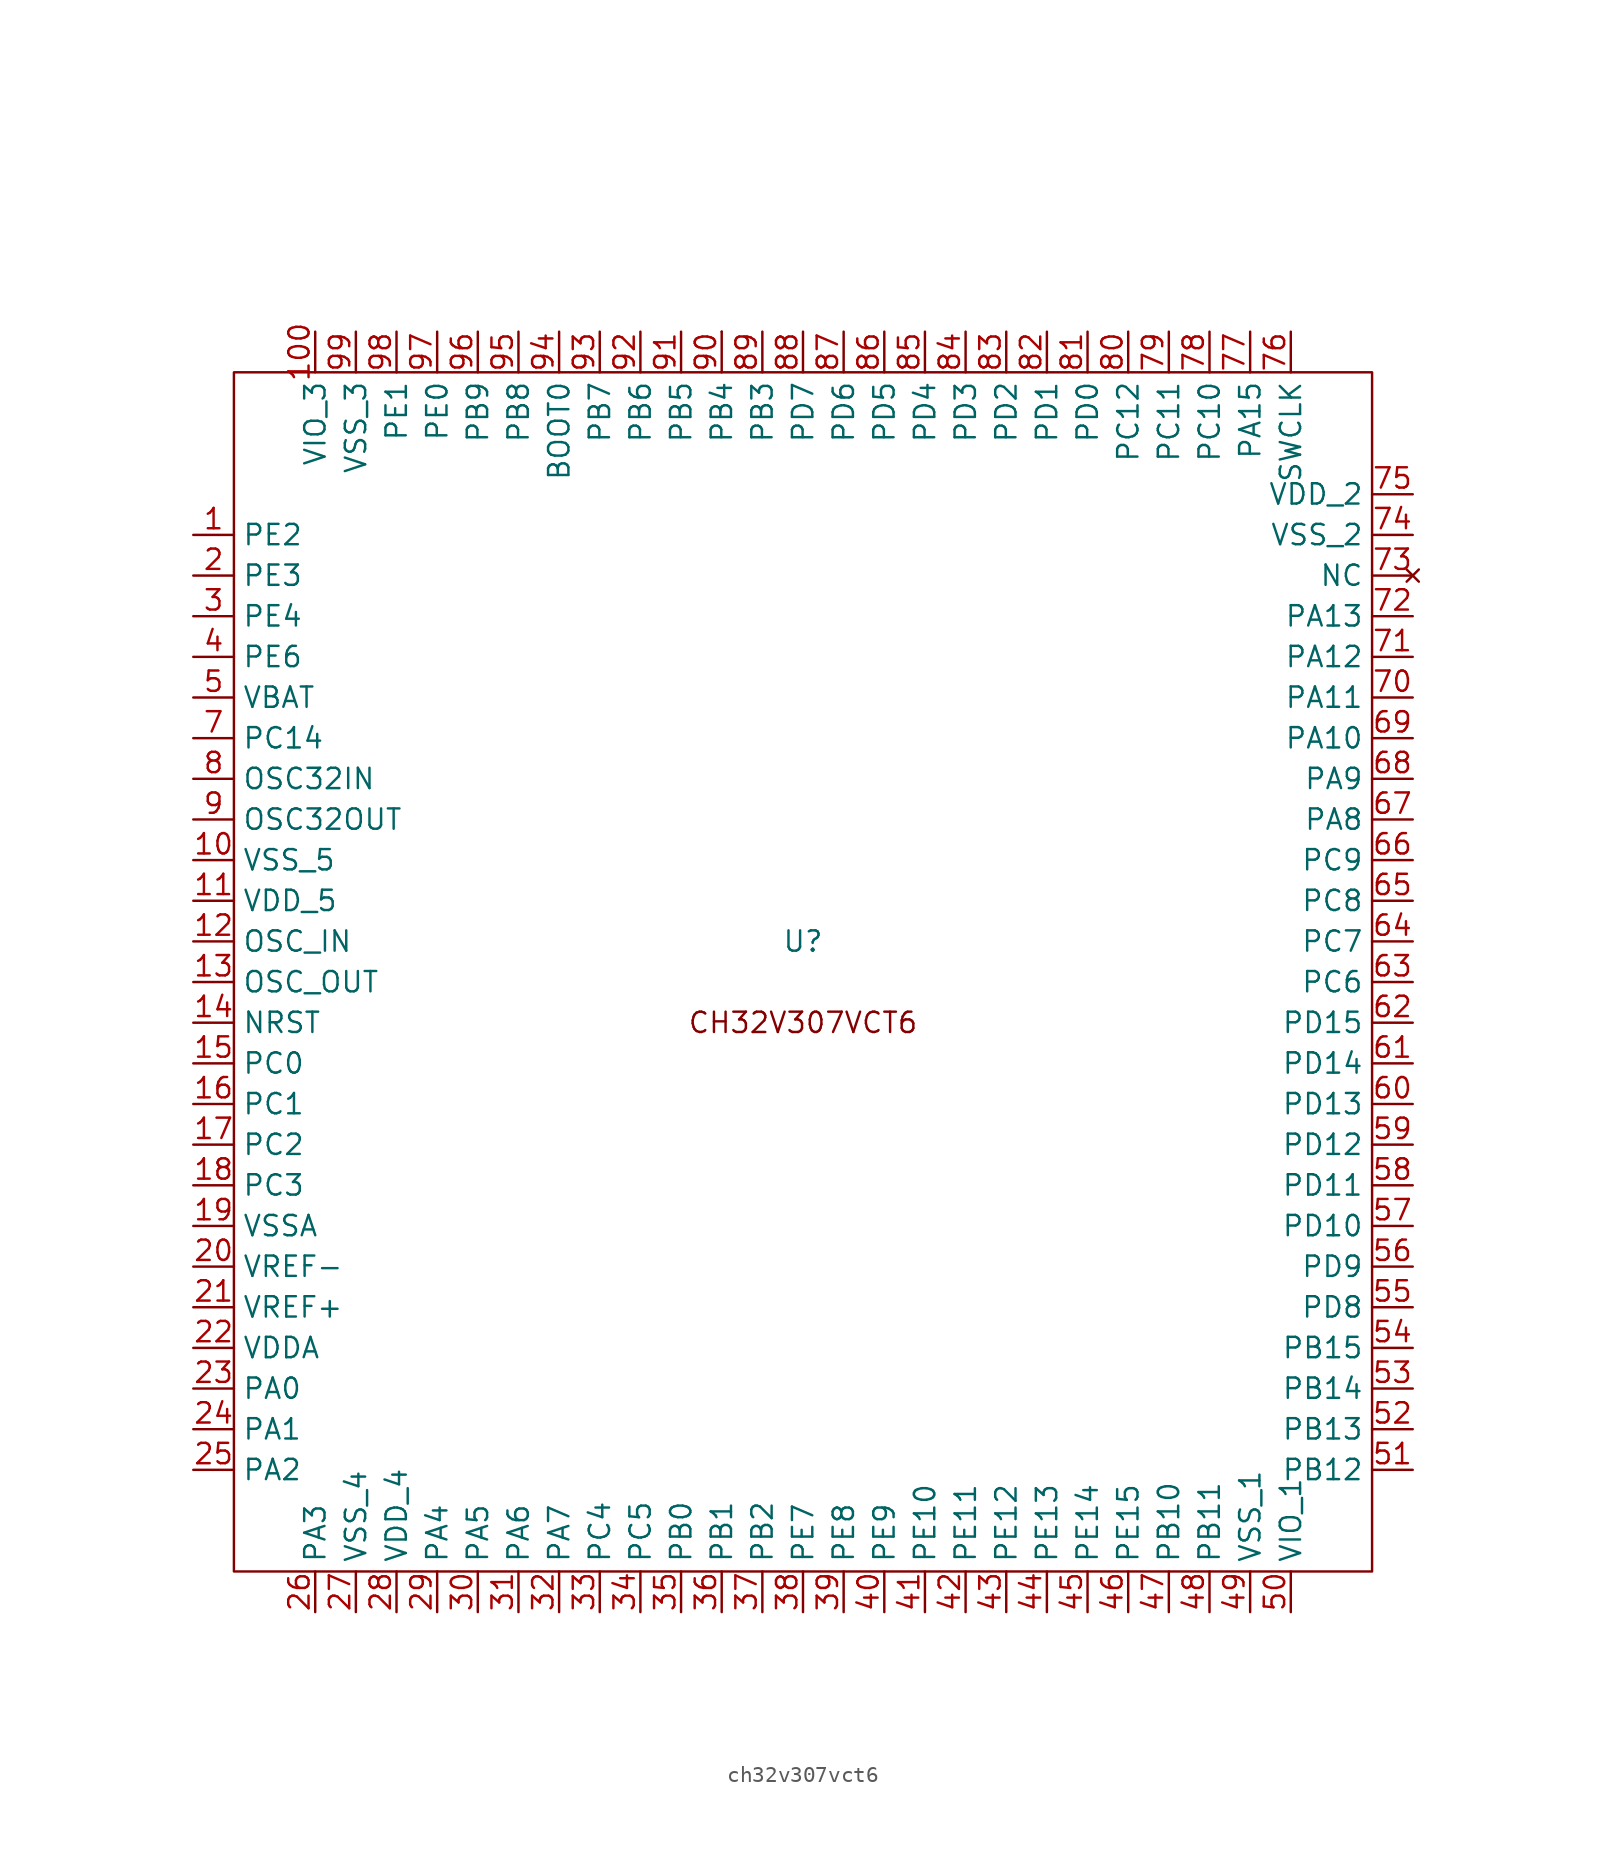
<source format=kicad_sym>
(kicad_symbol_lib
  (version 20220914)
  (generator kicad_symbol_editor)
  (symbol "ch32v307vct6"
    (property "Reference" "U"
      (at 0 2.54 0)
      (effects (font (size 1.27 1.27))))
    (property "Value" ""
      (at -34.29 48.26 0)
      (effects (font (size 1.27 1.27))))
    (symbol "ch32v307vct6_0_0"
      (pin bidirectional line (at -38.1 27.94 0) (length 2.54) (name "PE2" (effects (font (size 1.27 1.27)))) (number "1" (effects (font (size 1.27 1.27)))))
      (pin bidirectional line (at -38.1 7.62 0) (length 2.54) (name "VSS_5" (effects (font (size 1.27 1.27)))) (number "10" (effects (font (size 1.27 1.27)))))
      (pin bidirectional line (at -30.48 40.64 270) (length 2.54) (name "VIO_3" (effects (font (size 1.27 1.27)))) (number "100" (effects (font (size 1.27 1.27)))))
      (pin bidirectional line (at -38.1 5.08 0) (length 2.54) (name "VDD_5" (effects (font (size 1.27 1.27)))) (number "11" (effects (font (size 1.27 1.27)))))
      (pin input line (at -38.1 2.54 0) (length 2.54) (name "OSC_IN" (effects (font (size 1.27 1.27)))) (number "12" (effects (font (size 1.27 1.27)))))
      (pin output line (at -38.1 0 0) (length 2.54) (name "OSC_OUT" (effects (font (size 1.27 1.27)))) (number "13" (effects (font (size 1.27 1.27)))))
      (pin input line (at -38.1 -2.54 0) (length 2.54) (name "NRST" (effects (font (size 1.27 1.27)))) (number "14" (effects (font (size 1.27 1.27)))))
      (pin bidirectional line (at -38.1 -5.08 0) (length 2.54) (name "PC0" (effects (font (size 1.27 1.27)))) (number "15" (effects (font (size 1.27 1.27)))))
      (pin bidirectional line (at -38.1 -7.62 0) (length 2.54) (name "PC1" (effects (font (size 1.27 1.27)))) (number "16" (effects (font (size 1.27 1.27)))))
      (pin bidirectional line (at -38.1 -10.16 0) (length 2.54) (name "PC2" (effects (font (size 1.27 1.27)))) (number "17" (effects (font (size 1.27 1.27)))))
      (pin bidirectional line (at -38.1 -12.7 0) (length 2.54) (name "PC3" (effects (font (size 1.27 1.27)))) (number "18" (effects (font (size 1.27 1.27)))))
      (pin bidirectional line (at -38.1 -15.24 0) (length 2.54) (name "VSSA" (effects (font (size 1.27 1.27)))) (number "19" (effects (font (size 1.27 1.27)))))
      (pin bidirectional line (at -38.1 25.4 0) (length 2.54) (name "PE3" (effects (font (size 1.27 1.27)))) (number "2" (effects (font (size 1.27 1.27)))))
      (pin bidirectional line (at -38.1 -17.78 0) (length 2.54) (name "VREF-" (effects (font (size 1.27 1.27)))) (number "20" (effects (font (size 1.27 1.27)))))
      (pin bidirectional line (at -38.1 -20.32 0) (length 2.54) (name "VREF+" (effects (font (size 1.27 1.27)))) (number "21" (effects (font (size 1.27 1.27)))))
      (pin bidirectional line (at -38.1 -22.86 0) (length 2.54) (name "VDDA" (effects (font (size 1.27 1.27)))) (number "22" (effects (font (size 1.27 1.27)))))
      (pin bidirectional line (at -38.1 -25.4 0) (length 2.54) (name "PA0" (effects (font (size 1.27 1.27)))) (number "23" (effects (font (size 1.27 1.27)))))
      (pin bidirectional line (at -38.1 -27.94 0) (length 2.54) (name "PA1" (effects (font (size 1.27 1.27)))) (number "24" (effects (font (size 1.27 1.27)))))
      (pin bidirectional line (at -38.1 -30.48 0) (length 2.54) (name "PA2" (effects (font (size 1.27 1.27)))) (number "25" (effects (font (size 1.27 1.27)))))
      (pin bidirectional line (at -30.48 -39.37 90) (length 2.54) (name "PA3" (effects (font (size 1.27 1.27)))) (number "26" (effects (font (size 1.27 1.27)))))
      (pin bidirectional line (at -27.94 -39.37 90) (length 2.54) (name "VSS_4" (effects (font (size 1.27 1.27)))) (number "27" (effects (font (size 1.27 1.27)))))
      (pin bidirectional line (at -25.4 -39.37 90) (length 2.54) (name "VDD_4" (effects (font (size 1.27 1.27)))) (number "28" (effects (font (size 1.27 1.27)))))
      (pin bidirectional line (at -22.86 -39.37 90) (length 2.54) (name "PA4" (effects (font (size 1.27 1.27)))) (number "29" (effects (font (size 1.27 1.27)))))
      (pin bidirectional line (at -38.1 22.86 0) (length 2.54) (name "PE4" (effects (font (size 1.27 1.27)))) (number "3" (effects (font (size 1.27 1.27)))))
      (pin bidirectional line (at -20.32 -39.37 90) (length 2.54) (name "PA5" (effects (font (size 1.27 1.27)))) (number "30" (effects (font (size 1.27 1.27)))))
      (pin bidirectional line (at -17.78 -39.37 90) (length 2.54) (name "PA6" (effects (font (size 1.27 1.27)))) (number "31" (effects (font (size 1.27 1.27)))))
      (pin bidirectional line (at -15.24 -39.37 90) (length 2.54) (name "PA7" (effects (font (size 1.27 1.27)))) (number "32" (effects (font (size 1.27 1.27)))))
      (pin bidirectional line (at -12.7 -39.37 90) (length 2.54) (name "PC4" (effects (font (size 1.27 1.27)))) (number "33" (effects (font (size 1.27 1.27)))))
      (pin bidirectional line (at -10.16 -39.37 90) (length 2.54) (name "PC5" (effects (font (size 1.27 1.27)))) (number "34" (effects (font (size 1.27 1.27)))))
      (pin bidirectional line (at -7.62 -39.37 90) (length 2.54) (name "PB0" (effects (font (size 1.27 1.27)))) (number "35" (effects (font (size 1.27 1.27)))))
      (pin bidirectional line (at -5.08 -39.37 90) (length 2.54) (name "PB1" (effects (font (size 1.27 1.27)))) (number "36" (effects (font (size 1.27 1.27)))))
      (pin bidirectional line (at -2.54 -39.37 90) (length 2.54) (name "PB2" (effects (font (size 1.27 1.27)))) (number "37" (effects (font (size 1.27 1.27)))))
      (pin bidirectional line (at 0 -39.37 90) (length 2.54) (name "PE7" (effects (font (size 1.27 1.27)))) (number "38" (effects (font (size 1.27 1.27)))))
      (pin bidirectional line (at 2.54 -39.37 90) (length 2.54) (name "PE8" (effects (font (size 1.27 1.27)))) (number "39" (effects (font (size 1.27 1.27)))))
      (pin bidirectional line (at -38.1 20.32 0) (length 2.54) (name "PE6" (effects (font (size 1.27 1.27)))) (number "4" (effects (font (size 1.27 1.27)))))
      (pin bidirectional line (at 5.08 -39.37 90) (length 2.54) (name "PE9" (effects (font (size 1.27 1.27)))) (number "40" (effects (font (size 1.27 1.27)))))
      (pin bidirectional line (at 7.62 -39.37 90) (length 2.54) (name "PE10" (effects (font (size 1.27 1.27)))) (number "41" (effects (font (size 1.27 1.27)))))
      (pin bidirectional line (at 10.16 -39.37 90) (length 2.54) (name "PE11" (effects (font (size 1.27 1.27)))) (number "42" (effects (font (size 1.27 1.27)))))
      (pin bidirectional line (at 12.7 -39.37 90) (length 2.54) (name "PE12" (effects (font (size 1.27 1.27)))) (number "43" (effects (font (size 1.27 1.27)))))
      (pin bidirectional line (at 15.24 -39.37 90) (length 2.54) (name "PE13" (effects (font (size 1.27 1.27)))) (number "44" (effects (font (size 1.27 1.27)))))
      (pin bidirectional line (at 17.78 -39.37 90) (length 2.54) (name "PE14" (effects (font (size 1.27 1.27)))) (number "45" (effects (font (size 1.27 1.27)))))
      (pin bidirectional line (at 20.32 -39.37 90) (length 2.54) (name "PE15" (effects (font (size 1.27 1.27)))) (number "46" (effects (font (size 1.27 1.27)))))
      (pin bidirectional line (at 22.86 -39.37 90) (length 2.54) (name "PB10" (effects (font (size 1.27 1.27)))) (number "47" (effects (font (size 1.27 1.27)))))
      (pin bidirectional line (at 25.4 -39.37 90) (length 2.54) (name "PB11" (effects (font (size 1.27 1.27)))) (number "48" (effects (font (size 1.27 1.27)))))
      (pin bidirectional line (at 27.94 -39.37 90) (length 2.54) (name "VSS_1" (effects (font (size 1.27 1.27)))) (number "49" (effects (font (size 1.27 1.27)))))
      (pin bidirectional line (at -38.1 17.78 0) (length 2.54) (name "VBAT" (effects (font (size 1.27 1.27)))) (number "5" (effects (font (size 1.27 1.27)))))
      (pin bidirectional line (at 30.48 -39.37 90) (length 2.54) (name "VIO_1" (effects (font (size 1.27 1.27)))) (number "50" (effects (font (size 1.27 1.27)))))
      (pin bidirectional line (at 38.1 -30.48 180) (length 2.54) (name "PB12" (effects (font (size 1.27 1.27)))) (number "51" (effects (font (size 1.27 1.27)))))
      (pin bidirectional line (at 38.1 -27.94 180) (length 2.54) (name "PB13" (effects (font (size 1.27 1.27)))) (number "52" (effects (font (size 1.27 1.27)))))
      (pin bidirectional line (at 38.1 -25.4 180) (length 2.54) (name "PB14" (effects (font (size 1.27 1.27)))) (number "53" (effects (font (size 1.27 1.27)))))
      (pin bidirectional line (at 38.1 -22.86 180) (length 2.54) (name "PB15" (effects (font (size 1.27 1.27)))) (number "54" (effects (font (size 1.27 1.27)))))
      (pin bidirectional line (at 38.1 -20.32 180) (length 2.54) (name "PD8" (effects (font (size 1.27 1.27)))) (number "55" (effects (font (size 1.27 1.27)))))
      (pin bidirectional line (at 38.1 -17.78 180) (length 2.54) (name "PD9" (effects (font (size 1.27 1.27)))) (number "56" (effects (font (size 1.27 1.27)))))
      (pin bidirectional line (at 38.1 -15.24 180) (length 2.54) (name "PD10" (effects (font (size 1.27 1.27)))) (number "57" (effects (font (size 1.27 1.27)))))
      (pin bidirectional line (at 38.1 -12.7 180) (length 2.54) (name "PD11" (effects (font (size 1.27 1.27)))) (number "58" (effects (font (size 1.27 1.27)))))
      (pin bidirectional line (at 38.1 -10.16 180) (length 2.54) (name "PD12" (effects (font (size 1.27 1.27)))) (number "59" (effects (font (size 1.27 1.27)))))
      (pin bidirectional line (at 38.1 -7.62 180) (length 2.54) (name "PD13" (effects (font (size 1.27 1.27)))) (number "60" (effects (font (size 1.27 1.27)))))
      (pin bidirectional line (at 38.1 -5.08 180) (length 2.54) (name "PD14" (effects (font (size 1.27 1.27)))) (number "61" (effects (font (size 1.27 1.27)))))
      (pin bidirectional line (at 38.1 -2.54 180) (length 2.54) (name "PD15" (effects (font (size 1.27 1.27)))) (number "62" (effects (font (size 1.27 1.27)))))
      (pin bidirectional line (at 38.1 0 180) (length 2.54) (name "PC6" (effects (font (size 1.27 1.27)))) (number "63" (effects (font (size 1.27 1.27)))))
      (pin bidirectional line (at 38.1 2.54 180) (length 2.54) (name "PC7" (effects (font (size 1.27 1.27)))) (number "64" (effects (font (size 1.27 1.27)))))
      (pin bidirectional line (at 38.1 5.08 180) (length 2.54) (name "PC8" (effects (font (size 1.27 1.27)))) (number "65" (effects (font (size 1.27 1.27)))))
      (pin bidirectional line (at 38.1 7.62 180) (length 2.54) (name "PC9" (effects (font (size 1.27 1.27)))) (number "66" (effects (font (size 1.27 1.27)))))
      (pin bidirectional line (at 38.1 10.16 180) (length 2.54) (name "PA8" (effects (font (size 1.27 1.27)))) (number "67" (effects (font (size 1.27 1.27)))))
      (pin bidirectional line (at 38.1 12.7 180) (length 2.54) (name "PA9" (effects (font (size 1.27 1.27)))) (number "68" (effects (font (size 1.27 1.27)))))
      (pin bidirectional line (at 38.1 15.24 180) (length 2.54) (name "PA10" (effects (font (size 1.27 1.27)))) (number "69" (effects (font (size 1.27 1.27)))))
      (pin bidirectional line (at -38.1 15.24 0) (length 2.54) (name "PC14" (effects (font (size 1.27 1.27)))) (number "7" (effects (font (size 1.27 1.27)))))
      (pin bidirectional line (at 38.1 17.78 180) (length 2.54) (name "PA11" (effects (font (size 1.27 1.27)))) (number "70" (effects (font (size 1.27 1.27)))))
      (pin bidirectional line (at 38.1 20.32 180) (length 2.54) (name "PA12" (effects (font (size 1.27 1.27)))) (number "71" (effects (font (size 1.27 1.27)))))
      (pin bidirectional line (at 38.1 22.86 180) (length 2.54) (name "PA13" (effects (font (size 1.27 1.27)))) (number "72" (effects (font (size 1.27 1.27)))))
      (pin no_connect line (at 38.1 25.4 180) (length 2.54) (name "NC" (effects (font (size 1.27 1.27)))) (number "73" (effects (font (size 1.27 1.27)))))
      (pin bidirectional line (at 38.1 27.94 180) (length 2.54) (name "VSS_2" (effects (font (size 1.27 1.27)))) (number "74" (effects (font (size 1.27 1.27)))))
      (pin bidirectional line (at 38.1 30.48 180) (length 2.54) (name "VDD_2" (effects (font (size 1.27 1.27)))) (number "75" (effects (font (size 1.27 1.27)))))
      (pin bidirectional line (at 30.48 40.64 270) (length 2.54) (name "SWCLK" (effects (font (size 1.27 1.27)))) (number "76" (effects (font (size 1.27 1.27)))))
      (pin bidirectional line (at 27.94 40.64 270) (length 2.54) (name "PA15" (effects (font (size 1.27 1.27)))) (number "77" (effects (font (size 1.27 1.27)))))
      (pin bidirectional line (at 25.4 40.64 270) (length 2.54) (name "PC10" (effects (font (size 1.27 1.27)))) (number "78" (effects (font (size 1.27 1.27)))))
      (pin bidirectional line (at 22.86 40.64 270) (length 2.54) (name "PC11" (effects (font (size 1.27 1.27)))) (number "79" (effects (font (size 1.27 1.27)))))
      (pin input line (at -38.1 12.7 0) (length 2.54) (name "OSC32IN" (effects (font (size 1.27 1.27)))) (number "8" (effects (font (size 1.27 1.27)))))
      (pin bidirectional line (at 20.32 40.64 270) (length 2.54) (name "PC12" (effects (font (size 1.27 1.27)))) (number "80" (effects (font (size 1.27 1.27)))))
      (pin bidirectional line (at 17.78 40.64 270) (length 2.54) (name "PD0" (effects (font (size 1.27 1.27)))) (number "81" (effects (font (size 1.27 1.27)))))
      (pin bidirectional line (at 15.24 40.64 270) (length 2.54) (name "PD1" (effects (font (size 1.27 1.27)))) (number "82" (effects (font (size 1.27 1.27)))))
      (pin bidirectional line (at 12.7 40.64 270) (length 2.54) (name "PD2" (effects (font (size 1.27 1.27)))) (number "83" (effects (font (size 1.27 1.27)))))
      (pin bidirectional line (at 10.16 40.64 270) (length 2.54) (name "PD3" (effects (font (size 1.27 1.27)))) (number "84" (effects (font (size 1.27 1.27)))))
      (pin bidirectional line (at 7.62 40.64 270) (length 2.54) (name "PD4" (effects (font (size 1.27 1.27)))) (number "85" (effects (font (size 1.27 1.27)))))
      (pin bidirectional line (at 5.08 40.64 270) (length 2.54) (name "PD5" (effects (font (size 1.27 1.27)))) (number "86" (effects (font (size 1.27 1.27)))))
      (pin bidirectional line (at 2.54 40.64 270) (length 2.54) (name "PD6" (effects (font (size 1.27 1.27)))) (number "87" (effects (font (size 1.27 1.27)))))
      (pin bidirectional line (at 0 40.64 270) (length 2.54) (name "PD7" (effects (font (size 1.27 1.27)))) (number "88" (effects (font (size 1.27 1.27)))))
      (pin bidirectional line (at -2.54 40.64 270) (length 2.54) (name "PB3" (effects (font (size 1.27 1.27)))) (number "89" (effects (font (size 1.27 1.27)))))
      (pin output line (at -38.1 10.16 0) (length 2.54) (name "OSC32OUT" (effects (font (size 1.27 1.27)))) (number "9" (effects (font (size 1.27 1.27)))))
      (pin bidirectional line (at -5.08 40.64 270) (length 2.54) (name "PB4" (effects (font (size 1.27 1.27)))) (number "90" (effects (font (size 1.27 1.27)))))
      (pin bidirectional line (at -7.62 40.64 270) (length 2.54) (name "PB5" (effects (font (size 1.27 1.27)))) (number "91" (effects (font (size 1.27 1.27)))))
      (pin bidirectional line (at -10.16 40.64 270) (length 2.54) (name "PB6" (effects (font (size 1.27 1.27)))) (number "92" (effects (font (size 1.27 1.27)))))
      (pin bidirectional line (at -12.7 40.64 270) (length 2.54) (name "PB7" (effects (font (size 1.27 1.27)))) (number "93" (effects (font (size 1.27 1.27)))))
      (pin bidirectional line (at -15.24 40.64 270) (length 2.54) (name "BOOT0" (effects (font (size 1.27 1.27)))) (number "94" (effects (font (size 1.27 1.27)))))
      (pin bidirectional line (at -17.78 40.64 270) (length 2.54) (name "PB8" (effects (font (size 1.27 1.27)))) (number "95" (effects (font (size 1.27 1.27)))))
      (pin bidirectional line (at -20.32 40.64 270) (length 2.54) (name "PB9" (effects (font (size 1.27 1.27)))) (number "96" (effects (font (size 1.27 1.27)))))
      (pin bidirectional line (at -22.86 40.64 270) (length 2.54) (name "PE0" (effects (font (size 1.27 1.27)))) (number "97" (effects (font (size 1.27 1.27)))))
      (pin bidirectional line (at -25.4 40.64 270) (length 2.54) (name "PE1" (effects (font (size 1.27 1.27)))) (number "98" (effects (font (size 1.27 1.27)))))
      (pin bidirectional line (at -27.94 40.64 270) (length 2.54) (name "VSS_3" (effects (font (size 1.27 1.27)))) (number "99" (effects (font (size 1.27 1.27))))))
    (symbol "ch32v307vct6_0_1"
      (rectangle (start -35.56 38.1) (end 35.56 -36.83) (stroke (width 0) (type default)) (fill (type none)))
      (rectangle (start -5.08 40.64) (end -5.08 40.64) (stroke (width 0) (type default)) (fill (type none))))
    (symbol "ch32v307vct6_1_1"
      (text "CH32V307VCT6" (at 0 -2.54 0) (effects (font (size 1.27 1.27)))))))
</source>
